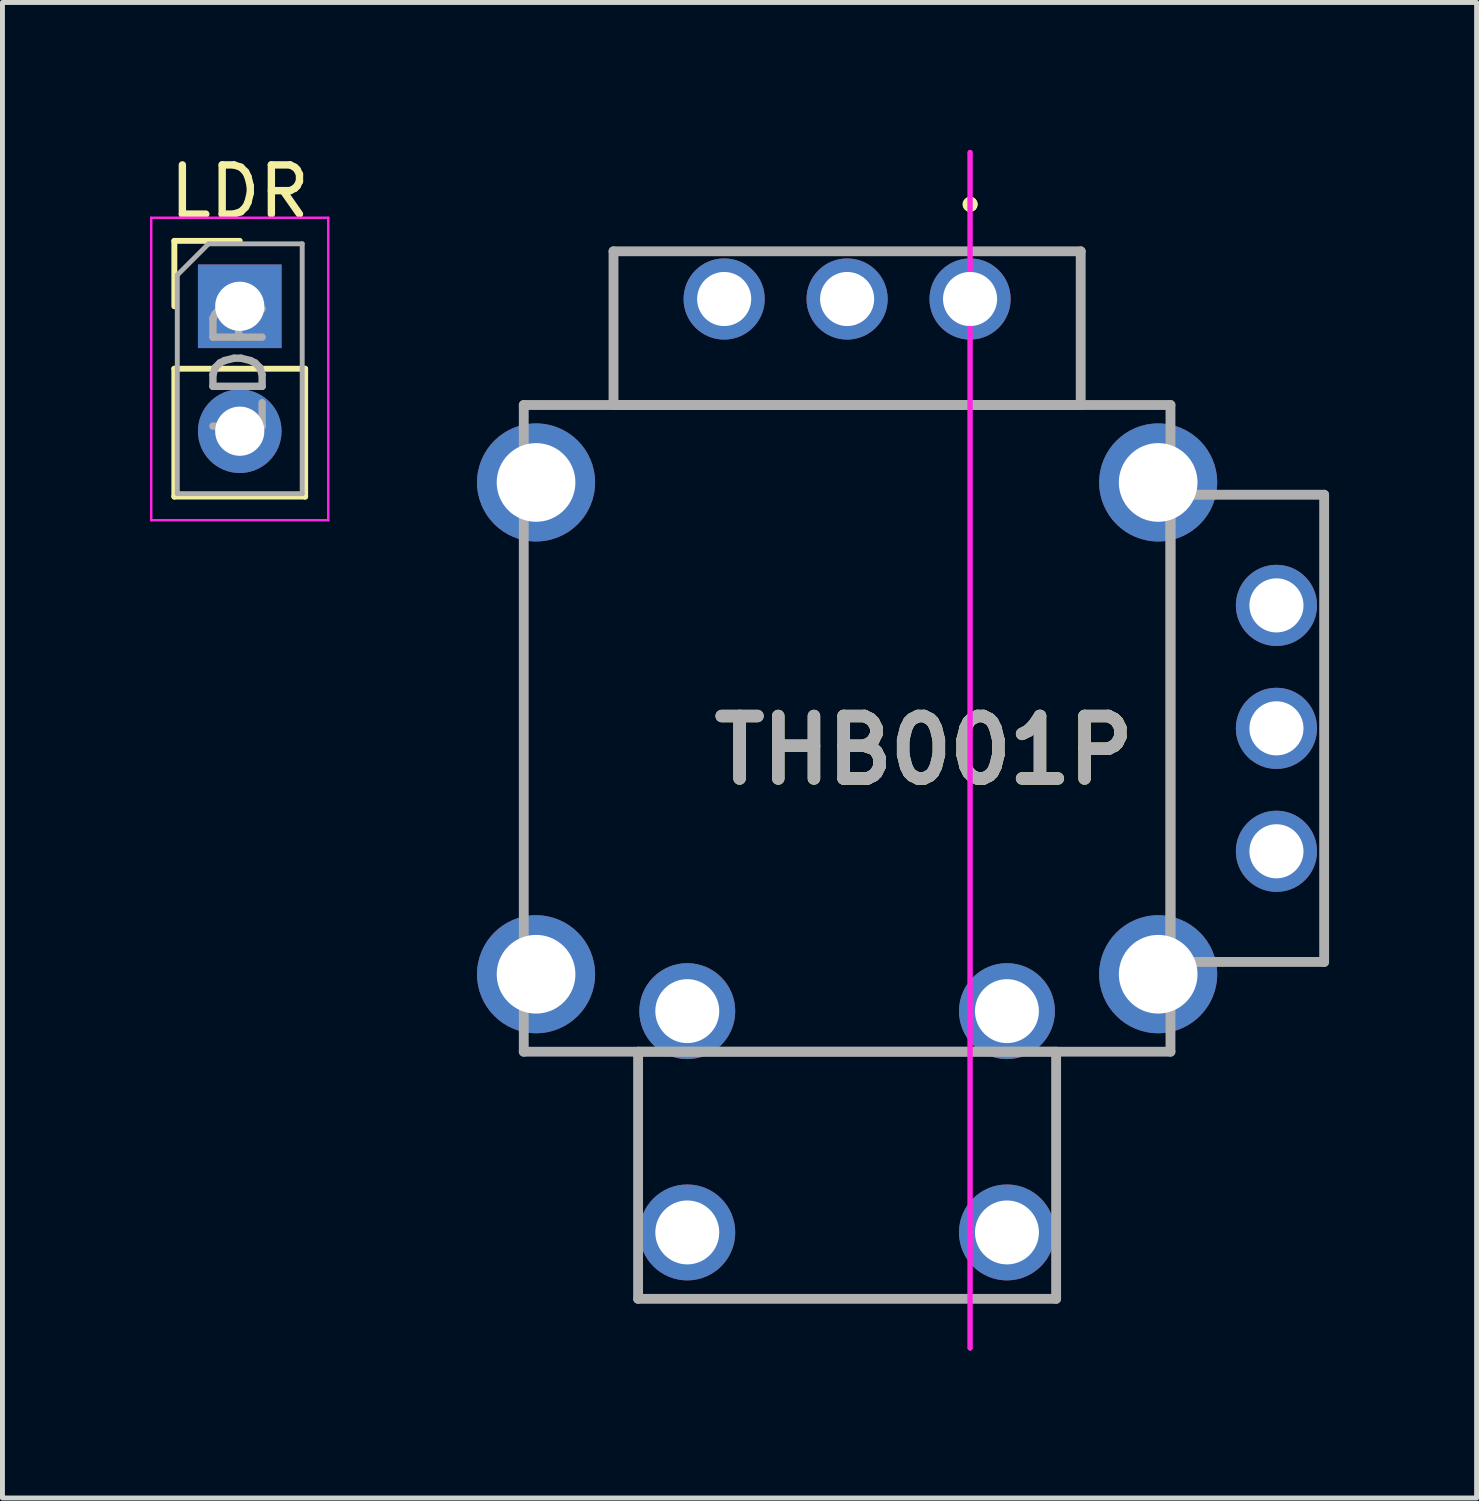
<source format=kicad_pcb>
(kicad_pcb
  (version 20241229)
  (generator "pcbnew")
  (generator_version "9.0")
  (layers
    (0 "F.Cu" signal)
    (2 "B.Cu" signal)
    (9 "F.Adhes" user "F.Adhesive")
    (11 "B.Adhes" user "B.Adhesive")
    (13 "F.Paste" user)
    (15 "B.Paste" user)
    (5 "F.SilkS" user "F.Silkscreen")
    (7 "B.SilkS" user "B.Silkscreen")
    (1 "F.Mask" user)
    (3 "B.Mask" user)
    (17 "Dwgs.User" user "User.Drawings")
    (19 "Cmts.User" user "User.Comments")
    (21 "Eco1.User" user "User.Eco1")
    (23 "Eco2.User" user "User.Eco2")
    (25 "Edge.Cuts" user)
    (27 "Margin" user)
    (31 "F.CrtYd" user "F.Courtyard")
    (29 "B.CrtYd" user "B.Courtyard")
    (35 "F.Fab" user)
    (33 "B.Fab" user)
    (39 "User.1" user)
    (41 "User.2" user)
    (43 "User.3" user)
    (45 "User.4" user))
  (footprint "LDR"
    (layer "F.Cu")
    (at 1.825 3.178)
    (property "Reference" "LDR" (at 0 -2.33 0) (layer "F.SilkS") (effects (font (size 1 1) (thickness 0.15))))
    (attr through_hole)
    (fp_line (start -1.33 -1.33) (end 0 -1.33) (stroke (width 0.12) (type solid)) (layer "F.SilkS"))
    (fp_line (start -1.33 0) (end -1.33 -1.33) (stroke (width 0.12) (type solid)) (layer "F.SilkS"))
    (fp_line (start -1.33 1.27) (end -1.33 3.87) (stroke (width 0.12) (type solid)) (layer "F.SilkS"))
    (fp_line (start -1.33 1.27) (end 1.33 1.27) (stroke (width 0.12) (type solid)) (layer "F.SilkS"))
    (fp_line (start -1.33 3.87) (end 1.33 3.87) (stroke (width 0.12) (type solid)) (layer "F.SilkS"))
    (fp_line (start 1.33 1.27) (end 1.33 3.87) (stroke (width 0.12) (type solid)) (layer "F.SilkS"))
    (fp_line (start -1.8 -1.8) (end -1.8 4.35) (stroke (width 0.05) (type solid)) (layer "F.CrtYd"))
    (fp_line (start -1.8 4.35) (end 1.8 4.35) (stroke (width 0.05) (type solid)) (layer "F.CrtYd"))
    (fp_line (start 1.8 -1.8) (end -1.8 -1.8) (stroke (width 0.05) (type solid)) (layer "F.CrtYd"))
    (fp_line (start 1.8 4.35) (end 1.8 -1.8) (stroke (width 0.05) (type solid)) (layer "F.CrtYd"))
    (fp_line (start -1.27 -0.635) (end -0.635 -1.27) (stroke (width 0.1) (type solid)) (layer "F.Fab"))
    (fp_line (start -1.27 3.81) (end -1.27 -0.635) (stroke (width 0.1) (type solid)) (layer "F.Fab"))
    (fp_line (start -0.635 -1.27) (end 1.27 -1.27) (stroke (width 0.1) (type solid)) (layer "F.Fab"))
    (fp_line (start 1.27 -1.27) (end 1.27 3.81) (stroke (width 0.1) (type solid)) (layer "F.Fab"))
    (fp_line (start 1.27 3.81) (end -1.27 3.81) (stroke (width 0.1) (type solid)) (layer "F.Fab"))
    (fp_text user "${REFERENCE}" (at 0 1.27 90) (layer "F.Fab") (effects (font (size 1 1) (thickness 0.15))))
    (pad "1" thru_hole rect (at 0 0) (size 1.7 1.7) (drill 1) (layers "*.Cu" "*.Mask"))
    (pad "2" thru_hole oval (at 0 2.54) (size 1.7 1.7) (drill 1) (layers "*.Cu" "*.Mask")))
  (footprint "THB001P"
    (layer "F.Cu")
    (at 16.675 3.03)
    (property "Reference" "THB001P" (at -0.937 9.175 0) (layer "F.SilkS") (effects (font (size 1.27 1.27) (thickness 0.254))))
    (attr through_hole)
    (fp_line (start -9.075 5.73) (end -9.075 5.73) (stroke (width 0.1) (type solid)) (layer "F.SilkS"))
    (fp_line (start -9.075 5.73) (end -9.075 11.73) (stroke (width 0.1) (type solid)) (layer "F.SilkS"))
    (fp_line (start -9.075 11.73) (end -9.075 5.73) (stroke (width 0.1) (type solid)) (layer "F.SilkS"))
    (fp_line (start -9.075 11.73) (end -9.075 11.73) (stroke (width 0.1) (type solid)) (layer "F.SilkS"))
    (fp_line (start -7.25 -0.97) (end -7.25 -0.97) (stroke (width 0.1) (type solid)) (layer "F.SilkS"))
    (fp_line (start -7.25 -0.97) (end -7.25 2.155) (stroke (width 0.1) (type solid)) (layer "F.SilkS"))
    (fp_line (start -7.25 2.155) (end -7.25 -0.97) (stroke (width 0.1) (type solid)) (layer "F.SilkS"))
    (fp_line (start -7.25 2.155) (end -7.25 2.155) (stroke (width 0.1) (type solid)) (layer "F.SilkS"))
    (fp_line (start -7.25 2.155) (end -7.25 2.155) (stroke (width 0.1) (type solid)) (layer "F.SilkS"))
    (fp_line (start -7.25 2.155) (end 2.25 2.155) (stroke (width 0.1) (type solid)) (layer "F.SilkS"))
    (fp_line (start -6.75 2.155) (end -6.75 2.155) (stroke (width 0.1) (type solid)) (layer "F.SilkS"))
    (fp_line (start -6.75 2.155) (end 1.75 2.155) (stroke (width 0.1) (type solid)) (layer "F.SilkS"))
    (fp_line (start -4 15.305) (end -4 15.305) (stroke (width 0.1) (type solid)) (layer "F.SilkS"))
    (fp_line (start -4 15.305) (end -1 15.305) (stroke (width 0.1) (type solid)) (layer "F.SilkS"))
    (fp_line (start -1 15.305) (end -4 15.305) (stroke (width 0.1) (type solid)) (layer "F.SilkS"))
    (fp_line (start -1 15.305) (end -1 15.305) (stroke (width 0.1) (type solid)) (layer "F.SilkS"))
    (fp_line (start 0 -1.98) (end 0 -1.98) (stroke (width 0.2) (type solid)) (layer "F.SilkS"))
    (fp_line (start 0 -1.87) (end 0 -1.87) (stroke (width 0.2) (type solid)) (layer "F.SilkS"))
    (fp_line (start 0 -1.87) (end 0 -1.87) (stroke (width 0.2) (type solid)) (layer "F.SilkS"))
    (fp_line (start 1.75 2.155) (end -6.75 2.155) (stroke (width 0.1) (type solid)) (layer "F.SilkS"))
    (fp_line (start 1.75 2.155) (end 1.75 2.155) (stroke (width 0.1) (type solid)) (layer "F.SilkS"))
    (fp_line (start 2.25 -0.97) (end 2.25 -0.97) (stroke (width 0.1) (type solid)) (layer "F.SilkS"))
    (fp_line (start 2.25 -0.97) (end 2.25 2.155) (stroke (width 0.1) (type solid)) (layer "F.SilkS"))
    (fp_line (start 2.25 2.155) (end -7.25 2.155) (stroke (width 0.1) (type solid)) (layer "F.SilkS"))
    (fp_line (start 2.25 2.155) (end 2.25 -0.97) (stroke (width 0.1) (type solid)) (layer "F.SilkS"))
    (fp_line (start 2.25 2.155) (end 2.25 2.155) (stroke (width 0.1) (type solid)) (layer "F.SilkS"))
    (fp_line (start 2.25 2.155) (end 2.25 2.155) (stroke (width 0.1) (type solid)) (layer "F.SilkS"))
    (fp_line (start 4.075 5.73) (end 4.075 5.73) (stroke (width 0.1) (type solid)) (layer "F.SilkS"))
    (fp_line (start 4.075 5.73) (end 4.075 5.73) (stroke (width 0.1) (type solid)) (layer "F.SilkS"))
    (fp_line (start 4.075 5.73) (end 4.075 11.73) (stroke (width 0.1) (type solid)) (layer "F.SilkS"))
    (fp_line (start 4.075 5.73) (end 4.075 11.73) (stroke (width 0.1) (type solid)) (layer "F.SilkS"))
    (fp_line (start 4.075 11.73) (end 4.075 5.73) (stroke (width 0.1) (type solid)) (layer "F.SilkS"))
    (fp_line (start 4.075 11.73) (end 4.075 5.73) (stroke (width 0.1) (type solid)) (layer "F.SilkS"))
    (fp_line (start 4.075 11.73) (end 4.075 11.73) (stroke (width 0.1) (type solid)) (layer "F.SilkS"))
    (fp_line (start 4.075 11.73) (end 4.075 11.73) (stroke (width 0.1) (type solid)) (layer "F.SilkS"))
    (fp_line (start 5.825 3.98) (end 5.825 3.98) (stroke (width 0.1) (type solid)) (layer "F.SilkS"))
    (fp_line (start 5.825 3.98) (end 7.2 3.98) (stroke (width 0.1) (type solid)) (layer "F.SilkS"))
    (fp_line (start 5.825 13.48) (end 5.825 13.48) (stroke (width 0.1) (type solid)) (layer "F.SilkS"))
    (fp_line (start 5.825 13.48) (end 7.2 13.48) (stroke (width 0.1) (type solid)) (layer "F.SilkS"))
    (fp_line (start 7.2 3.98) (end 5.825 3.98) (stroke (width 0.1) (type solid)) (layer "F.SilkS"))
    (fp_line (start 7.2 3.98) (end 7.2 3.98) (stroke (width 0.1) (type solid)) (layer "F.SilkS"))
    (fp_line (start 7.2 13.48) (end 5.825 13.48) (stroke (width 0.1) (type solid)) (layer "F.SilkS"))
    (fp_line (start 7.2 13.48) (end 7.2 13.48) (stroke (width 0.1) (type solid)) (layer "F.SilkS"))
    (fp_arc (start 0 -1.98) (mid 0.055 -1.925) (end 0 -1.87) (stroke (width 0.2) (type solid)) (layer "F.SilkS"))
    (fp_arc (start 0 -1.98) (mid 0.055 -1.925) (end 0 -1.87) (stroke (width 0.2) (type solid)) (layer "F.SilkS"))
    (fp_arc (start 0 -1.87) (mid -0.055 -1.925) (end 0 -1.98) (stroke (width 0.2) (type solid)) (layer "F.SilkS"))
    (fp_line (start 0 -2.98) (end 0 -2.98) (stroke (width 0.1) (type solid)) (layer "F.CrtYd"))
    (fp_line (start 0 -2.98) (end 0 21.33) (stroke (width 0.1) (type solid)) (layer "F.CrtYd"))
    (fp_line (start 0 21.33) (end 0 -2.98) (stroke (width 0.1) (type solid)) (layer "F.CrtYd"))
    (fp_line (start 0 21.33) (end 0 21.33) (stroke (width 0.1) (type solid)) (layer "F.CrtYd"))
    (fp_line (start -9.075 2.155) (end -9.075 15.305) (stroke (width 0.2) (type solid)) (layer "F.Fab"))
    (fp_line (start -9.075 15.305) (end 4.075 15.305) (stroke (width 0.2) (type solid)) (layer "F.Fab"))
    (fp_line (start -7.25 -0.97) (end -7.25 2.155) (stroke (width 0.2) (type solid)) (layer "F.Fab"))
    (fp_line (start -7.25 2.155) (end 2.25 2.155) (stroke (width 0.2) (type solid)) (layer "F.Fab"))
    (fp_line (start -6.75 15.305) (end 1.75 15.305) (stroke (width 0.2) (type solid)) (layer "F.Fab"))
    (fp_line (start -6.75 20.33) (end -6.75 15.305) (stroke (width 0.2) (type solid)) (layer "F.Fab"))
    (fp_line (start 1.75 15.305) (end 1.75 20.33) (stroke (width 0.2) (type solid)) (layer "F.Fab"))
    (fp_line (start 1.75 20.33) (end -6.75 20.33) (stroke (width 0.2) (type solid)) (layer "F.Fab"))
    (fp_line (start 2.25 -0.97) (end -7.25 -0.97) (stroke (width 0.2) (type solid)) (layer "F.Fab"))
    (fp_line (start 2.25 2.155) (end 2.25 -0.97) (stroke (width 0.2) (type solid)) (layer "F.Fab"))
    (fp_line (start 4.075 2.155) (end -9.075 2.155) (stroke (width 0.2) (type solid)) (layer "F.Fab"))
    (fp_line (start 4.075 3.98) (end 7.2 3.98) (stroke (width 0.2) (type solid)) (layer "F.Fab"))
    (fp_line (start 4.075 13.48) (end 4.075 3.98) (stroke (width 0.2) (type solid)) (layer "F.Fab"))
    (fp_line (start 4.075 15.305) (end 4.075 2.155) (stroke (width 0.2) (type solid)) (layer "F.Fab"))
    (fp_line (start 7.2 3.98) (end 7.2 13.48) (stroke (width 0.2) (type solid)) (layer "F.Fab"))
    (fp_line (start 7.2 13.48) (end 4.075 13.48) (stroke (width 0.2) (type solid)) (layer "F.Fab"))
    (fp_text user "${REFERENCE}" (at -0.937 9.175 0) (layer "F.Fab") (effects (font (size 1.27 1.27) (thickness 0.254))))
    (pad "1" thru_hole circle (at 0 0) (size 1.65 1.65) (drill 1.1) (layers "*.Cu" "*.Mask"))
    (pad "2" thru_hole circle (at -2.5 0) (size 1.65 1.65) (drill 1.1) (layers "*.Cu" "*.Mask"))
    (pad "3" thru_hole circle (at -5 0) (size 1.65 1.65) (drill 1.1) (layers "*.Cu" "*.Mask"))
    (pad "11" thru_hole circle (at 6.23 11.23) (size 1.65 1.65) (drill 1.1) (layers "*.Cu" "*.Mask"))
    (pad "12" thru_hole circle (at 6.23 8.73) (size 1.65 1.65) (drill 1.1) (layers "*.Cu" "*.Mask"))
    (pad "13" thru_hole circle (at 6.23 6.23) (size 1.65 1.65) (drill 1.1) (layers "*.Cu" "*.Mask"))
    (pad "A1" thru_hole circle (at -5.75 14.48) (size 1.95 1.95) (drill 1.3) (layers "*.Cu" "*.Mask"))
    (pad "B1" thru_hole circle (at 0.75 14.48) (size 1.95 1.95) (drill 1.3) (layers "*.Cu" "*.Mask"))
    (pad "C1" thru_hole circle (at -5.75 18.98) (size 1.95 1.95) (drill 1.3) (layers "*.Cu" "*.Mask"))
    (pad "D1" thru_hole circle (at 0.75 18.98) (size 1.95 1.95) (drill 1.3) (layers "*.Cu" "*.Mask"))
    (pad "MH1" thru_hole circle (at 3.825 3.73) (size 2.4 2.4) (drill 1.6) (layers "*.Cu" "*.Mask"))
    (pad "MH2" thru_hole circle (at -8.825 3.73) (size 2.4 2.4) (drill 1.6) (layers "*.Cu" "*.Mask"))
    (pad "MH3" thru_hole circle (at -8.825 13.73) (size 2.4 2.4) (drill 1.6) (layers "*.Cu" "*.Mask"))
    (pad "MH4" thru_hole circle (at 3.825 13.73) (size 2.4 2.4) (drill 1.6) (layers "*.Cu" "*.Mask")))
  (gr_rect
    (start -3 -3)
    (end 26.975 27.41)
    (stroke (width 0.1) (type default))
    (fill no)
    (layer "Edge.Cuts")))
</source>
